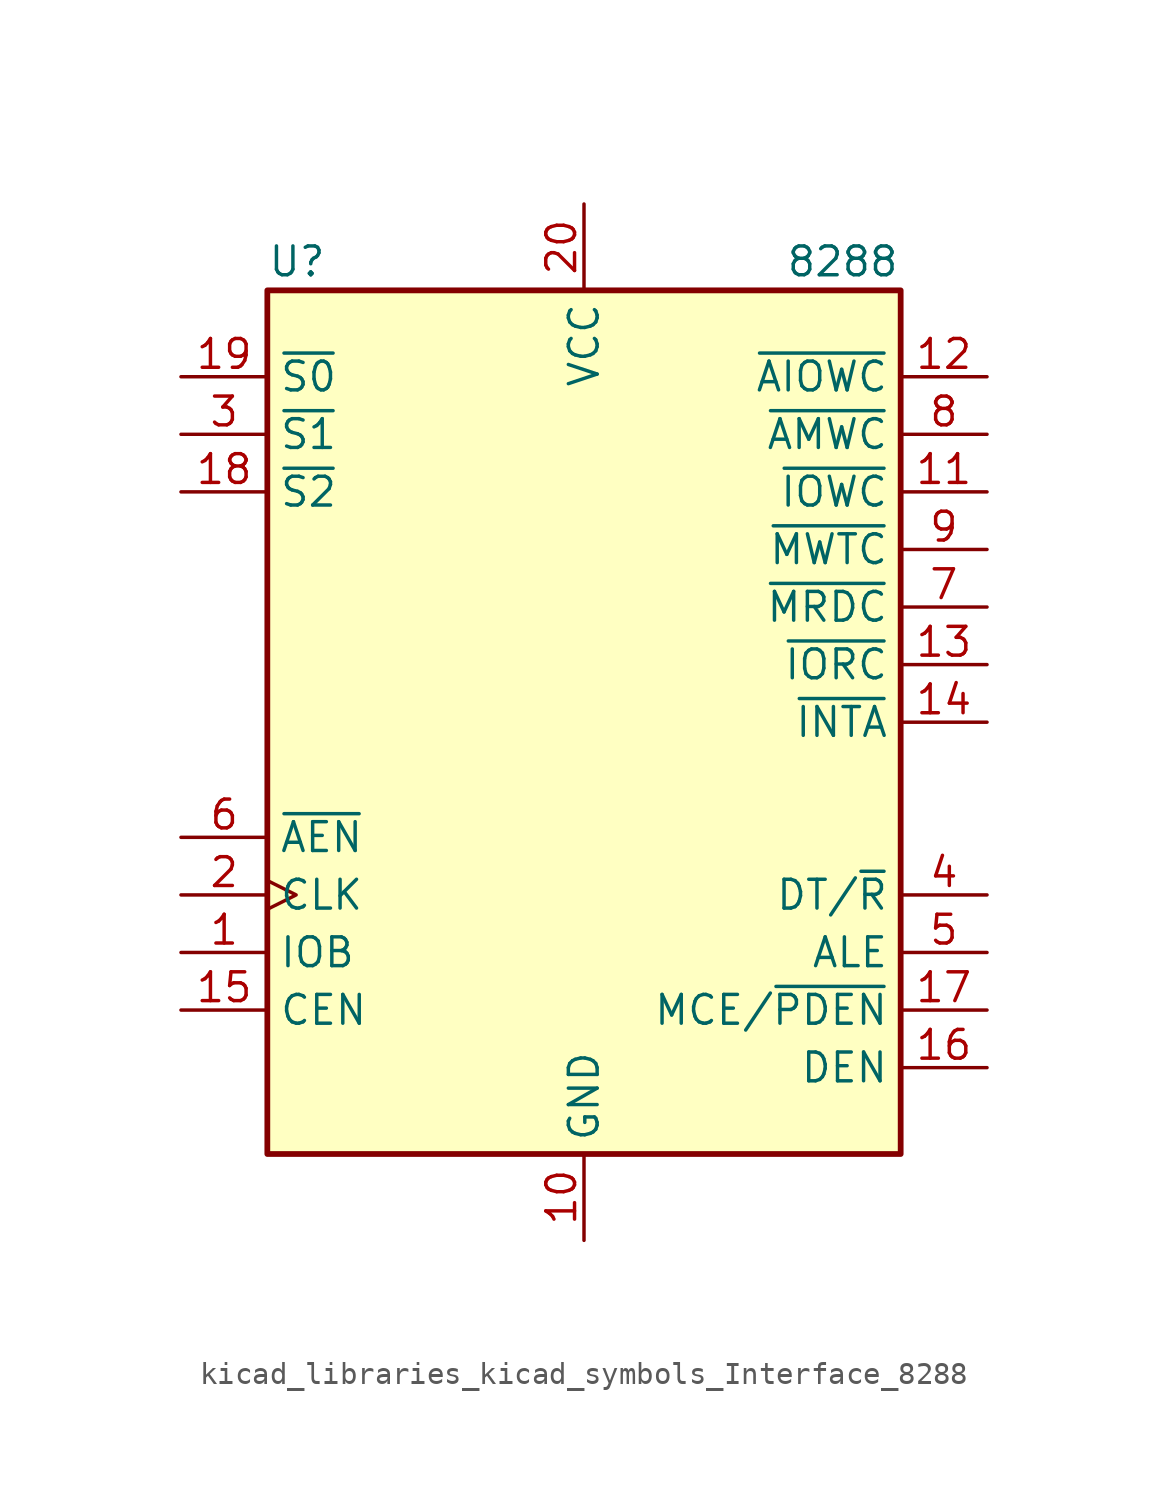
<source format=kicad_sym>
(kicad_symbol_lib
  (version 20220914)
  (generator kicad_symbol_editor)
  (symbol "kicad_libraries_kicad_symbols_Interface_8288"
    (property "Reference" "U"
      (at -13.97 20.32 0)
      (effects (font (size 1.27 1.27)) (justify left)))
    (property "Value" "8288"
      (at 8.89 20.32 0)
      (effects (font (size 1.27 1.27)) (justify left)))
    (symbol "kicad_libraries_kicad_symbols_Interface_8288_0_0"
      (rectangle (start -13.97 -19.05) (end 13.97 19.05) (stroke (width 0.254) (type default)) (fill (type background))))
    (symbol "kicad_libraries_kicad_symbols_Interface_8288_1_1"
      (pin input line (at -17.78 -10.16 0) (length 3.81) (name "IOB" (effects (font (size 1.27 1.27)))) (number "1" (effects (font (size 1.27 1.27)))))
      (pin power_in line (at 0 -22.86 90) (length 3.81) (name "GND" (effects (font (size 1.27 1.27)))) (number "10" (effects (font (size 1.27 1.27)))))
      (pin tri_state line (at 17.78 10.16 180) (length 3.81) (name "~{IOWC}" (effects (font (size 1.27 1.27)))) (number "11" (effects (font (size 1.27 1.27)))))
      (pin tri_state line (at 17.78 15.24 180) (length 3.81) (name "~{AIOWC}" (effects (font (size 1.27 1.27)))) (number "12" (effects (font (size 1.27 1.27)))))
      (pin tri_state line (at 17.78 2.54 180) (length 3.81) (name "~{IORC}" (effects (font (size 1.27 1.27)))) (number "13" (effects (font (size 1.27 1.27)))))
      (pin tri_state line (at 17.78 0 180) (length 3.81) (name "~{INTA}" (effects (font (size 1.27 1.27)))) (number "14" (effects (font (size 1.27 1.27)))))
      (pin input line (at -17.78 -12.7 0) (length 3.81) (name "CEN" (effects (font (size 1.27 1.27)))) (number "15" (effects (font (size 1.27 1.27)))))
      (pin output line (at 17.78 -15.24 180) (length 3.81) (name "DEN" (effects (font (size 1.27 1.27)))) (number "16" (effects (font (size 1.27 1.27)))))
      (pin output line (at 17.78 -12.7 180) (length 3.81) (name "MCE/~{PDEN}" (effects (font (size 1.27 1.27)))) (number "17" (effects (font (size 1.27 1.27)))))
      (pin input line (at -17.78 10.16 0) (length 3.81) (name "~{S2}" (effects (font (size 1.27 1.27)))) (number "18" (effects (font (size 1.27 1.27)))))
      (pin input line (at -17.78 15.24 0) (length 3.81) (name "~{S0}" (effects (font (size 1.27 1.27)))) (number "19" (effects (font (size 1.27 1.27)))))
      (pin input clock (at -17.78 -7.62 0) (length 3.81) (name "CLK" (effects (font (size 1.27 1.27)))) (number "2" (effects (font (size 1.27 1.27)))))
      (pin power_in line (at 0 22.86 270) (length 3.81) (name "VCC" (effects (font (size 1.27 1.27)))) (number "20" (effects (font (size 1.27 1.27)))))
      (pin input line (at -17.78 12.7 0) (length 3.81) (name "~{S1}" (effects (font (size 1.27 1.27)))) (number "3" (effects (font (size 1.27 1.27)))))
      (pin output line (at 17.78 -7.62 180) (length 3.81) (name "DT/~{R}" (effects (font (size 1.27 1.27)))) (number "4" (effects (font (size 1.27 1.27)))))
      (pin output line (at 17.78 -10.16 180) (length 3.81) (name "ALE" (effects (font (size 1.27 1.27)))) (number "5" (effects (font (size 1.27 1.27)))))
      (pin input line (at -17.78 -5.08 0) (length 3.81) (name "~{AEN}" (effects (font (size 1.27 1.27)))) (number "6" (effects (font (size 1.27 1.27)))))
      (pin tri_state line (at 17.78 5.08 180) (length 3.81) (name "~{MRDC}" (effects (font (size 1.27 1.27)))) (number "7" (effects (font (size 1.27 1.27)))))
      (pin tri_state line (at 17.78 12.7 180) (length 3.81) (name "~{AMWC}" (effects (font (size 1.27 1.27)))) (number "8" (effects (font (size 1.27 1.27)))))
      (pin tri_state line (at 17.78 7.62 180) (length 3.81) (name "~{MWTC}" (effects (font (size 1.27 1.27)))) (number "9" (effects (font (size 1.27 1.27))))))))
</source>
